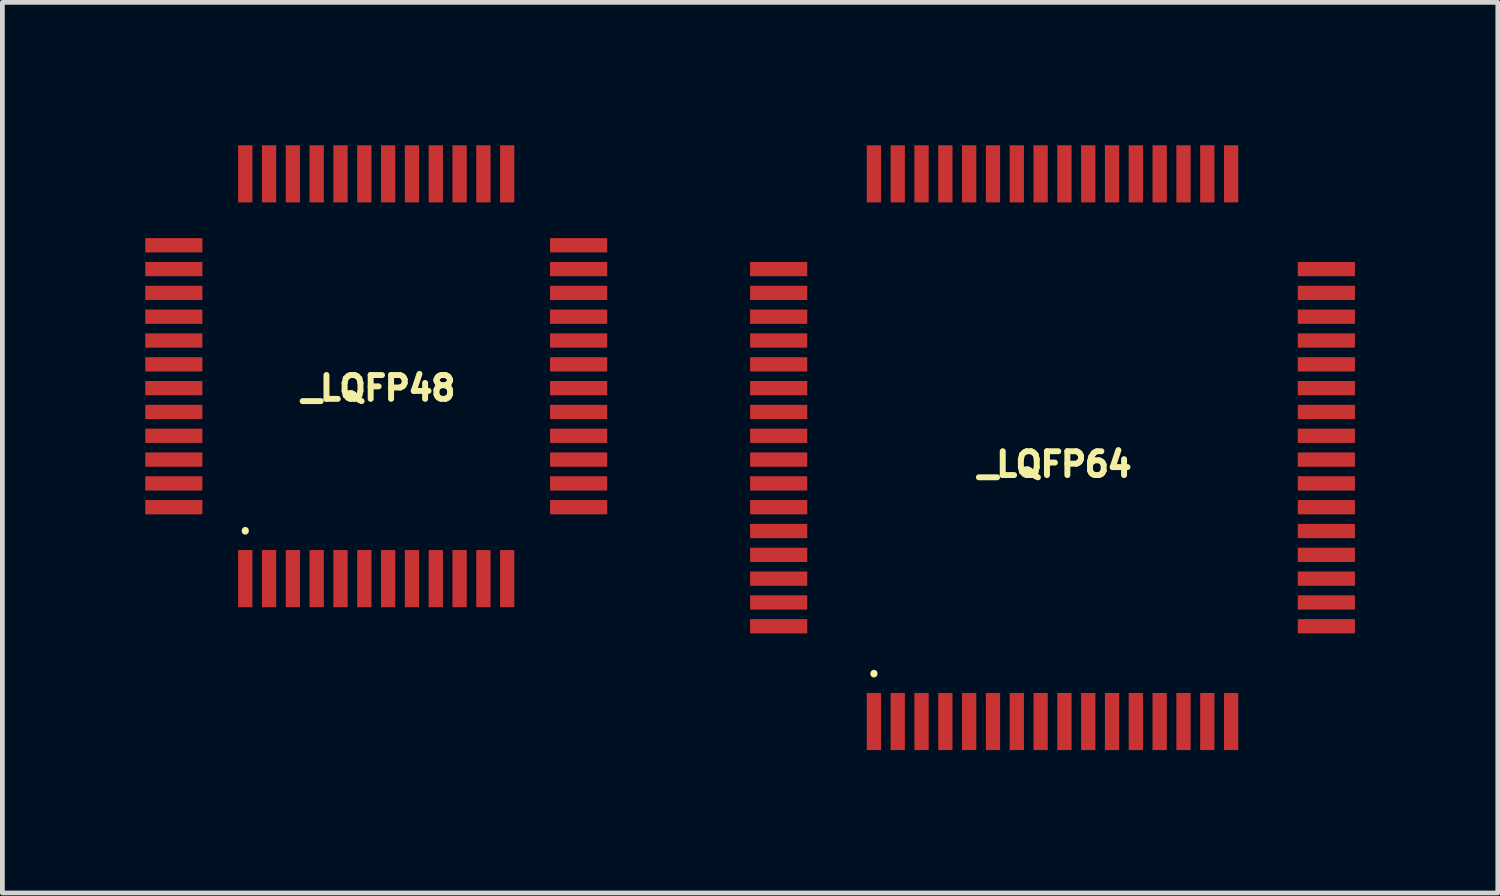
<source format=kicad_pcb>
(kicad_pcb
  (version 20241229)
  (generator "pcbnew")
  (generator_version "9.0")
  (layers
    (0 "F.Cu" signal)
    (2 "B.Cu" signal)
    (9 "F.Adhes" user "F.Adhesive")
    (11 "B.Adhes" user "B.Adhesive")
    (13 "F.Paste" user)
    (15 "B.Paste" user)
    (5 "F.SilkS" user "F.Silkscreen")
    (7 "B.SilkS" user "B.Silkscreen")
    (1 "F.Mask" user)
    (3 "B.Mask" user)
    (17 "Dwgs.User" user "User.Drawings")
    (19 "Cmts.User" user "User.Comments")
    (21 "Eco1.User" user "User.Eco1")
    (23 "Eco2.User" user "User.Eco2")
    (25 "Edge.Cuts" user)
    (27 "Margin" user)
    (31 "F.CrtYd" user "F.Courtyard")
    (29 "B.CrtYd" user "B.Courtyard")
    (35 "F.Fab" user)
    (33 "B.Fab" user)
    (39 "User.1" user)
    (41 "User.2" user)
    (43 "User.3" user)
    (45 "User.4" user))
  (footprint "_LQFP64"
    (layer "F.Cu")
    (at 15.3 12.1)
    (property "Reference" "_LQFP64" (at 3.8 -5.4 0) (layer "F.SilkS") (effects (font (size 0.5 0.5) (thickness 0.125))))
    (attr through_hole)
    (fp_line (start 0 -1) (end 0 -1.01) (stroke (width 0.15) (type solid)) (layer "F.SilkS"))
    (pad "1" smd rect (at 0 0) (size 0.3 1.2) (layers "F.Cu" "F.Mask" "F.Paste"))
    (pad "2" smd rect (at 0.5 0) (size 0.3 1.2) (layers "F.Cu" "F.Mask" "F.Paste"))
    (pad "3" smd rect (at 1 0) (size 0.3 1.2) (layers "F.Cu" "F.Mask" "F.Paste"))
    (pad "4" smd rect (at 1.5 0) (size 0.3 1.2) (layers "F.Cu" "F.Mask" "F.Paste"))
    (pad "5" smd rect (at 2 0) (size 0.3 1.2) (layers "F.Cu" "F.Mask" "F.Paste"))
    (pad "6" smd rect (at 2.5 0) (size 0.3 1.2) (layers "F.Cu" "F.Mask" "F.Paste"))
    (pad "7" smd rect (at 3 0) (size 0.3 1.2) (layers "F.Cu" "F.Mask" "F.Paste"))
    (pad "8" smd rect (at 3.5 0) (size 0.3 1.2) (layers "F.Cu" "F.Mask" "F.Paste"))
    (pad "9" smd rect (at 4 0) (size 0.3 1.2) (layers "F.Cu" "F.Mask" "F.Paste"))
    (pad "10" smd rect (at 4.5 0) (size 0.3 1.2) (layers "F.Cu" "F.Mask" "F.Paste"))
    (pad "11" smd rect (at 5 0) (size 0.3 1.2) (layers "F.Cu" "F.Mask" "F.Paste"))
    (pad "12" smd rect (at 5.5 0) (size 0.3 1.2) (layers "F.Cu" "F.Mask" "F.Paste"))
    (pad "13" smd rect (at 6 0) (size 0.3 1.2) (layers "F.Cu" "F.Mask" "F.Paste"))
    (pad "14" smd rect (at 6.5 0) (size 0.3 1.2) (layers "F.Cu" "F.Mask" "F.Paste"))
    (pad "15" smd rect (at 7 0) (size 0.3 1.2) (layers "F.Cu" "F.Mask" "F.Paste"))
    (pad "16" smd rect (at 7.5 0) (size 0.3 1.2) (layers "F.Cu" "F.Mask" "F.Paste"))
    (pad "17" smd rect (at 9.5 -2 270) (size 0.3 1.2) (layers "F.Cu" "F.Mask" "F.Paste"))
    (pad "18" smd rect (at 9.5 -2.5 270) (size 0.3 1.2) (layers "F.Cu" "F.Mask" "F.Paste"))
    (pad "19" smd rect (at 9.5 -3 270) (size 0.3 1.2) (layers "F.Cu" "F.Mask" "F.Paste"))
    (pad "20" smd rect (at 9.5 -3.5 270) (size 0.3 1.2) (layers "F.Cu" "F.Mask" "F.Paste"))
    (pad "21" smd rect (at 9.5 -4 270) (size 0.3 1.2) (layers "F.Cu" "F.Mask" "F.Paste"))
    (pad "22" smd rect (at 9.5 -4.5 270) (size 0.3 1.2) (layers "F.Cu" "F.Mask" "F.Paste"))
    (pad "23" smd rect (at 9.5 -5 270) (size 0.3 1.2) (layers "F.Cu" "F.Mask" "F.Paste"))
    (pad "24" smd rect (at 9.5 -5.5 270) (size 0.3 1.2) (layers "F.Cu" "F.Mask" "F.Paste"))
    (pad "25" smd rect (at 9.5 -6 270) (size 0.3 1.2) (layers "F.Cu" "F.Mask" "F.Paste"))
    (pad "26" smd rect (at 9.5 -6.5 270) (size 0.3 1.2) (layers "F.Cu" "F.Mask" "F.Paste"))
    (pad "27" smd rect (at 9.5 -7 270) (size 0.3 1.2) (layers "F.Cu" "F.Mask" "F.Paste"))
    (pad "28" smd rect (at 9.5 -7.5 270) (size 0.3 1.2) (layers "F.Cu" "F.Mask" "F.Paste"))
    (pad "29" smd rect (at 9.5 -8 270) (size 0.3 1.2) (layers "F.Cu" "F.Mask" "F.Paste"))
    (pad "30" smd rect (at 9.5 -8.5 270) (size 0.3 1.2) (layers "F.Cu" "F.Mask" "F.Paste"))
    (pad "31" smd rect (at 9.5 -9 270) (size 0.3 1.2) (layers "F.Cu" "F.Mask" "F.Paste"))
    (pad "32" smd rect (at 9.5 -9.5 270) (size 0.3 1.2) (layers "F.Cu" "F.Mask" "F.Paste"))
    (pad "33" smd rect (at 7.5 -11.5 180) (size 0.3 1.2) (layers "F.Cu" "F.Mask" "F.Paste"))
    (pad "34" smd rect (at 7 -11.5 180) (size 0.3 1.2) (layers "F.Cu" "F.Mask" "F.Paste"))
    (pad "35" smd rect (at 6.5 -11.5 180) (size 0.3 1.2) (layers "F.Cu" "F.Mask" "F.Paste"))
    (pad "36" smd rect (at 6 -11.5 180) (size 0.3 1.2) (layers "F.Cu" "F.Mask" "F.Paste"))
    (pad "37" smd rect (at 5.5 -11.5 180) (size 0.3 1.2) (layers "F.Cu" "F.Mask" "F.Paste"))
    (pad "38" smd rect (at 5 -11.5 180) (size 0.3 1.2) (layers "F.Cu" "F.Mask" "F.Paste"))
    (pad "39" smd rect (at 4.5 -11.5 180) (size 0.3 1.2) (layers "F.Cu" "F.Mask" "F.Paste"))
    (pad "40" smd rect (at 4 -11.5 180) (size 0.3 1.2) (layers "F.Cu" "F.Mask" "F.Paste"))
    (pad "41" smd rect (at 3.5 -11.5 180) (size 0.3 1.2) (layers "F.Cu" "F.Mask" "F.Paste"))
    (pad "42" smd rect (at 3 -11.5 180) (size 0.3 1.2) (layers "F.Cu" "F.Mask" "F.Paste"))
    (pad "43" smd rect (at 2.5 -11.5 180) (size 0.3 1.2) (layers "F.Cu" "F.Mask" "F.Paste"))
    (pad "44" smd rect (at 2 -11.5 180) (size 0.3 1.2) (layers "F.Cu" "F.Mask" "F.Paste"))
    (pad "45" smd rect (at 1.5 -11.5 180) (size 0.3 1.2) (layers "F.Cu" "F.Mask" "F.Paste"))
    (pad "46" smd rect (at 1 -11.5 180) (size 0.3 1.2) (layers "F.Cu" "F.Mask" "F.Paste"))
    (pad "47" smd rect (at 0.5 -11.5 180) (size 0.3 1.2) (layers "F.Cu" "F.Mask" "F.Paste"))
    (pad "48" smd rect (at 0 -11.5 180) (size 0.3 1.2) (layers "F.Cu" "F.Mask" "F.Paste"))
    (pad "49" smd rect (at -2 -9.5 90) (size 0.3 1.2) (layers "F.Cu" "F.Mask" "F.Paste"))
    (pad "50" smd rect (at -2 -9 90) (size 0.3 1.2) (layers "F.Cu" "F.Mask" "F.Paste"))
    (pad "51" smd rect (at -2 -8.5 90) (size 0.3 1.2) (layers "F.Cu" "F.Mask" "F.Paste"))
    (pad "52" smd rect (at -2 -8 90) (size 0.3 1.2) (layers "F.Cu" "F.Mask" "F.Paste"))
    (pad "53" smd rect (at -2 -7.5 90) (size 0.3 1.2) (layers "F.Cu" "F.Mask" "F.Paste"))
    (pad "54" smd rect (at -2 -7 90) (size 0.3 1.2) (layers "F.Cu" "F.Mask" "F.Paste"))
    (pad "55" smd rect (at -2 -6.5 90) (size 0.3 1.2) (layers "F.Cu" "F.Mask" "F.Paste"))
    (pad "56" smd rect (at -2 -6 90) (size 0.3 1.2) (layers "F.Cu" "F.Mask" "F.Paste"))
    (pad "57" smd rect (at -2 -5.5 90) (size 0.3 1.2) (layers "F.Cu" "F.Mask" "F.Paste"))
    (pad "58" smd rect (at -2 -5 90) (size 0.3 1.2) (layers "F.Cu" "F.Mask" "F.Paste"))
    (pad "59" smd rect (at -2 -4.5 90) (size 0.3 1.2) (layers "F.Cu" "F.Mask" "F.Paste"))
    (pad "60" smd rect (at -2 -4 90) (size 0.3 1.2) (layers "F.Cu" "F.Mask" "F.Paste"))
    (pad "61" smd rect (at -2 -3.5 90) (size 0.3 1.2) (layers "F.Cu" "F.Mask" "F.Paste"))
    (pad "62" smd rect (at -2 -3 90) (size 0.3 1.2) (layers "F.Cu" "F.Mask" "F.Paste"))
    (pad "63" smd rect (at -2 -2.5 90) (size 0.3 1.2) (layers "F.Cu" "F.Mask" "F.Paste"))
    (pad "64" smd rect (at -2 -2 90) (size 0.3 1.2) (layers "F.Cu" "F.Mask" "F.Paste")))
  (footprint "_LQFP48"
    (layer "F.Cu")
    (at 2.1 9.1)
    (property "Reference" "_LQFP48" (at 2.8 -4 0) (layer "F.SilkS") (effects (font (size 0.5 0.5) (thickness 0.125))))
    (attr through_hole)
    (fp_line (start 0 -1) (end 0 -1.01) (stroke (width 0.15) (type solid)) (layer "F.SilkS"))
    (pad "1" smd rect (at 0 0) (size 0.3 1.2) (layers "F.Cu" "F.Mask" "F.Paste"))
    (pad "2" smd rect (at 0.5 0) (size 0.3 1.2) (layers "F.Cu" "F.Mask" "F.Paste"))
    (pad "3" smd rect (at 1 0) (size 0.3 1.2) (layers "F.Cu" "F.Mask" "F.Paste"))
    (pad "4" smd rect (at 1.5 0) (size 0.3 1.2) (layers "F.Cu" "F.Mask" "F.Paste"))
    (pad "5" smd rect (at 2 0) (size 0.3 1.2) (layers "F.Cu" "F.Mask" "F.Paste"))
    (pad "6" smd rect (at 2.5 0) (size 0.3 1.2) (layers "F.Cu" "F.Mask" "F.Paste"))
    (pad "7" smd rect (at 3 0) (size 0.3 1.2) (layers "F.Cu" "F.Mask" "F.Paste"))
    (pad "8" smd rect (at 3.5 0) (size 0.3 1.2) (layers "F.Cu" "F.Mask" "F.Paste"))
    (pad "9" smd rect (at 4 0) (size 0.3 1.2) (layers "F.Cu" "F.Mask" "F.Paste"))
    (pad "10" smd rect (at 4.5 0) (size 0.3 1.2) (layers "F.Cu" "F.Mask" "F.Paste"))
    (pad "11" smd rect (at 5 0) (size 0.3 1.2) (layers "F.Cu" "F.Mask" "F.Paste"))
    (pad "12" smd rect (at 5.5 0) (size 0.3 1.2) (layers "F.Cu" "F.Mask" "F.Paste"))
    (pad "13" smd rect (at 7 -1.5 270) (size 0.3 1.2) (layers "F.Cu" "F.Mask" "F.Paste"))
    (pad "14" smd rect (at 7 -2 270) (size 0.3 1.2) (layers "F.Cu" "F.Mask" "F.Paste"))
    (pad "15" smd rect (at 7 -2.5 270) (size 0.3 1.2) (layers "F.Cu" "F.Mask" "F.Paste"))
    (pad "16" smd rect (at 7 -3 270) (size 0.3 1.2) (layers "F.Cu" "F.Mask" "F.Paste"))
    (pad "17" smd rect (at 7 -3.5 270) (size 0.3 1.2) (layers "F.Cu" "F.Mask" "F.Paste"))
    (pad "18" smd rect (at 7 -4 270) (size 0.3 1.2) (layers "F.Cu" "F.Mask" "F.Paste"))
    (pad "19" smd rect (at 7 -4.5 270) (size 0.3 1.2) (layers "F.Cu" "F.Mask" "F.Paste"))
    (pad "20" smd rect (at 7 -5 270) (size 0.3 1.2) (layers "F.Cu" "F.Mask" "F.Paste"))
    (pad "21" smd rect (at 7 -5.5 270) (size 0.3 1.2) (layers "F.Cu" "F.Mask" "F.Paste"))
    (pad "22" smd rect (at 7 -6 270) (size 0.3 1.2) (layers "F.Cu" "F.Mask" "F.Paste"))
    (pad "23" smd rect (at 7 -6.5 270) (size 0.3 1.2) (layers "F.Cu" "F.Mask" "F.Paste"))
    (pad "24" smd rect (at 7 -7 270) (size 0.3 1.2) (layers "F.Cu" "F.Mask" "F.Paste"))
    (pad "25" smd rect (at 5.5 -8.5 180) (size 0.3 1.2) (layers "F.Cu" "F.Mask" "F.Paste"))
    (pad "26" smd rect (at 5 -8.5 180) (size 0.3 1.2) (layers "F.Cu" "F.Mask" "F.Paste"))
    (pad "27" smd rect (at 4.5 -8.5 180) (size 0.3 1.2) (layers "F.Cu" "F.Mask" "F.Paste"))
    (pad "28" smd rect (at 4 -8.5 180) (size 0.3 1.2) (layers "F.Cu" "F.Mask" "F.Paste"))
    (pad "29" smd rect (at 3.5 -8.5 180) (size 0.3 1.2) (layers "F.Cu" "F.Mask" "F.Paste"))
    (pad "30" smd rect (at 3 -8.5 180) (size 0.3 1.2) (layers "F.Cu" "F.Mask" "F.Paste"))
    (pad "31" smd rect (at 2.5 -8.5 180) (size 0.3 1.2) (layers "F.Cu" "F.Mask" "F.Paste"))
    (pad "32" smd rect (at 2 -8.5 180) (size 0.3 1.2) (layers "F.Cu" "F.Mask" "F.Paste"))
    (pad "33" smd rect (at 1.5 -8.5 180) (size 0.3 1.2) (layers "F.Cu" "F.Mask" "F.Paste"))
    (pad "34" smd rect (at 1 -8.5 180) (size 0.3 1.2) (layers "F.Cu" "F.Mask" "F.Paste"))
    (pad "35" smd rect (at 0.5 -8.5 180) (size 0.3 1.2) (layers "F.Cu" "F.Mask" "F.Paste"))
    (pad "36" smd rect (at 0 -8.5 180) (size 0.3 1.2) (layers "F.Cu" "F.Mask" "F.Paste"))
    (pad "37" smd rect (at -1.5 -7 90) (size 0.3 1.2) (layers "F.Cu" "F.Mask" "F.Paste"))
    (pad "38" smd rect (at -1.5 -6.5 90) (size 0.3 1.2) (layers "F.Cu" "F.Mask" "F.Paste"))
    (pad "39" smd rect (at -1.5 -6 90) (size 0.3 1.2) (layers "F.Cu" "F.Mask" "F.Paste"))
    (pad "40" smd rect (at -1.5 -5.5 90) (size 0.3 1.2) (layers "F.Cu" "F.Mask" "F.Paste"))
    (pad "41" smd rect (at -1.5 -5 90) (size 0.3 1.2) (layers "F.Cu" "F.Mask" "F.Paste"))
    (pad "42" smd rect (at -1.5 -4.5 90) (size 0.3 1.2) (layers "F.Cu" "F.Mask" "F.Paste"))
    (pad "43" smd rect (at -1.5 -4 90) (size 0.3 1.2) (layers "F.Cu" "F.Mask" "F.Paste"))
    (pad "44" smd rect (at -1.5 -3.5 90) (size 0.3 1.2) (layers "F.Cu" "F.Mask" "F.Paste"))
    (pad "45" smd rect (at -1.5 -3 90) (size 0.3 1.2) (layers "F.Cu" "F.Mask" "F.Paste"))
    (pad "46" smd rect (at -1.5 -2.5 90) (size 0.3 1.2) (layers "F.Cu" "F.Mask" "F.Paste"))
    (pad "47" smd rect (at -1.5 -2 90) (size 0.3 1.2) (layers "F.Cu" "F.Mask" "F.Paste"))
    (pad "48" smd rect (at -1.5 -1.5 90) (size 0.3 1.2) (layers "F.Cu" "F.Mask" "F.Paste")))
  (gr_rect
    (start -3 -3)
    (end 28.4 15.7)
    (stroke (width 0.1) (type default))
    (fill no)
    (layer "Edge.Cuts")))
</source>
